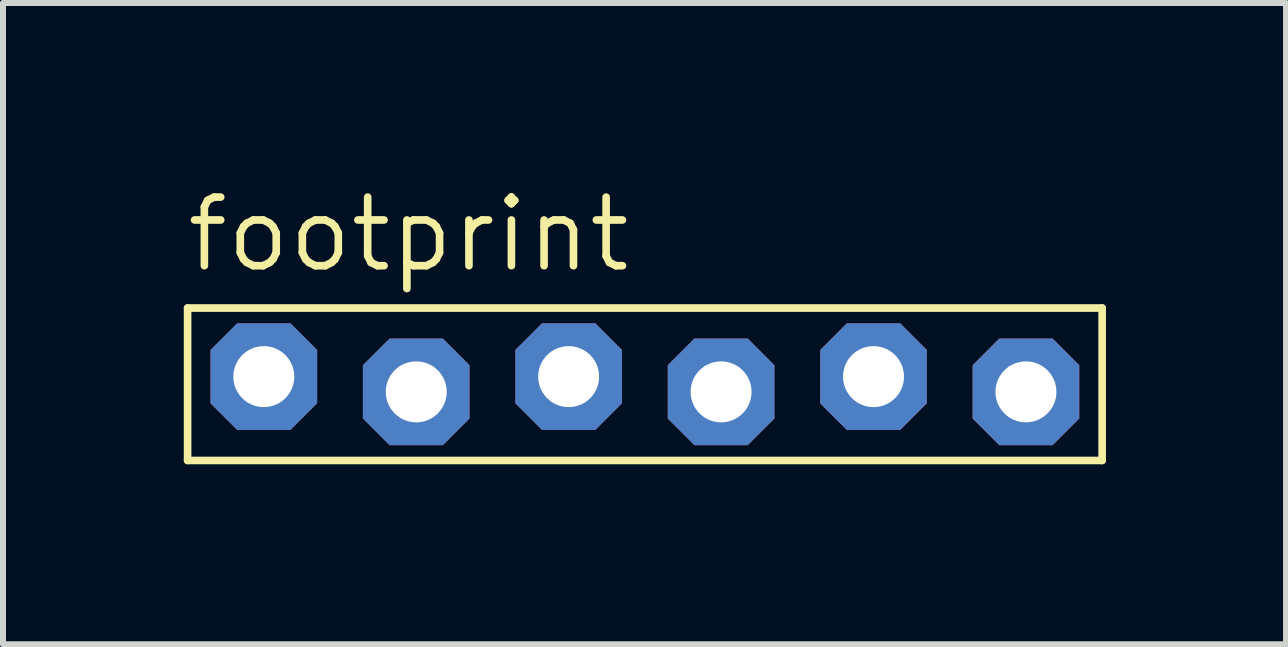
<source format=kicad_pcb>
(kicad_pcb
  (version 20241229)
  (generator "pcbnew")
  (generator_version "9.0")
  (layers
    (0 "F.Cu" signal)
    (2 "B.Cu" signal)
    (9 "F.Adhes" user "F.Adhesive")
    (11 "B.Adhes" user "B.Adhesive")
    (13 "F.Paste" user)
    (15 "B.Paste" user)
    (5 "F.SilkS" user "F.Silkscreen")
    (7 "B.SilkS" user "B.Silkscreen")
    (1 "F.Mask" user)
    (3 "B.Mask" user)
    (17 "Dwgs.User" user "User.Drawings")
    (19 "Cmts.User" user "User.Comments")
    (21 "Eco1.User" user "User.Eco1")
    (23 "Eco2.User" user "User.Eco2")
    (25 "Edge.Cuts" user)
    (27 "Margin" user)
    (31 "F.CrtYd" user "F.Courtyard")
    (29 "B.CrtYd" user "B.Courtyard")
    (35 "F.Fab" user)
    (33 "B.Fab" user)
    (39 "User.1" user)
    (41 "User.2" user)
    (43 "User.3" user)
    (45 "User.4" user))
  (footprint "footprint"
    (layer "F.Cu")
    (at 7.696 3.353)
    (property "Reference" "footprint" (at -7.696 -1.829 0) (layer "F.SilkS") (effects (font (size 1.143 1.143) (thickness 0.127)) (justify left bottom)))
    (fp_line (start -7.62 -1.27) (end 7.62 -1.27) (stroke (width 0.127) (type solid)) (layer "F.SilkS"))
    (fp_line (start -7.62 1.27) (end -7.62 -1.27) (stroke (width 0.127) (type solid)) (layer "F.SilkS"))
    (fp_line (start 7.62 -1.27) (end 7.62 1.27) (stroke (width 0.127) (type solid)) (layer "F.SilkS"))
    (fp_line (start 7.62 1.27) (end -7.62 1.27) (stroke (width 0.127) (type solid)) (layer "F.SilkS"))
    (fp_poly (pts (xy -6.604 0.254) (xy -6.096 0.254) (xy -6.096 -0.254) (xy -6.604 -0.254)) (stroke (width 0.1) (type solid)) (fill no) (layer "F.Fab"))
    (fp_poly (pts (xy -4.064 0.254) (xy -3.556 0.254) (xy -3.556 -0.254) (xy -4.064 -0.254)) (stroke (width 0.1) (type solid)) (fill no) (layer "F.Fab"))
    (fp_poly (pts (xy -1.524 0.254) (xy -1.016 0.254) (xy -1.016 -0.254) (xy -1.524 -0.254)) (stroke (width 0.1) (type solid)) (fill no) (layer "F.Fab"))
    (fp_poly (pts (xy 1.016 0.254) (xy 1.524 0.254) (xy 1.524 -0.254) (xy 1.016 -0.254)) (stroke (width 0.1) (type solid)) (fill no) (layer "F.Fab"))
    (fp_poly (pts (xy 3.556 0.254) (xy 4.064 0.254) (xy 4.064 -0.254) (xy 3.556 -0.254)) (stroke (width 0.1) (type solid)) (fill no) (layer "F.Fab"))
    (fp_poly (pts (xy 6.096 0.254) (xy 6.604 0.254) (xy 6.604 -0.254) (xy 6.096 -0.254)) (stroke (width 0.1) (type solid)) (fill no) (layer "F.Fab"))
    (pad "1" thru_hole roundrect (at -6.35 -0.127 90) (size 1.778 1.778) (drill 1.016) (layers "*.Cu" "*.Mask") (roundrect_rratio 0.25) (chamfer_ratio 0.25) (chamfer top_left top_right bottom_left bottom_right))
    (pad "2" thru_hole roundrect (at -3.81 0.127 90) (size 1.778 1.778) (drill 1.016) (layers "*.Cu" "*.Mask") (roundrect_rratio 0.25) (chamfer_ratio 0.25) (chamfer top_left top_right bottom_left bottom_right))
    (pad "3" thru_hole roundrect (at -1.27 -0.127 90) (size 1.778 1.778) (drill 1.016) (layers "*.Cu" "*.Mask") (roundrect_rratio 0.25) (chamfer_ratio 0.25) (chamfer top_left top_right bottom_left bottom_right))
    (pad "4" thru_hole roundrect (at 1.27 0.127 90) (size 1.778 1.778) (drill 1.016) (layers "*.Cu" "*.Mask") (roundrect_rratio 0.25) (chamfer_ratio 0.25) (chamfer top_left top_right bottom_left bottom_right))
    (pad "5" thru_hole roundrect (at 3.81 -0.127 90) (size 1.778 1.778) (drill 1.016) (layers "*.Cu" "*.Mask") (roundrect_rratio 0.25) (chamfer_ratio 0.25) (chamfer top_left top_right bottom_left bottom_right))
    (pad "6" thru_hole roundrect (at 6.35 0.127 90) (size 1.778 1.778) (drill 1.016) (layers "*.Cu" "*.Mask") (roundrect_rratio 0.25) (chamfer_ratio 0.25) (chamfer top_left top_right bottom_left bottom_right)))
  (gr_rect
    (start -3 -3)
    (end 18.38 7.686)
    (stroke (width 0.1) (type default))
    (fill no)
    (layer "Edge.Cuts")))
</source>
